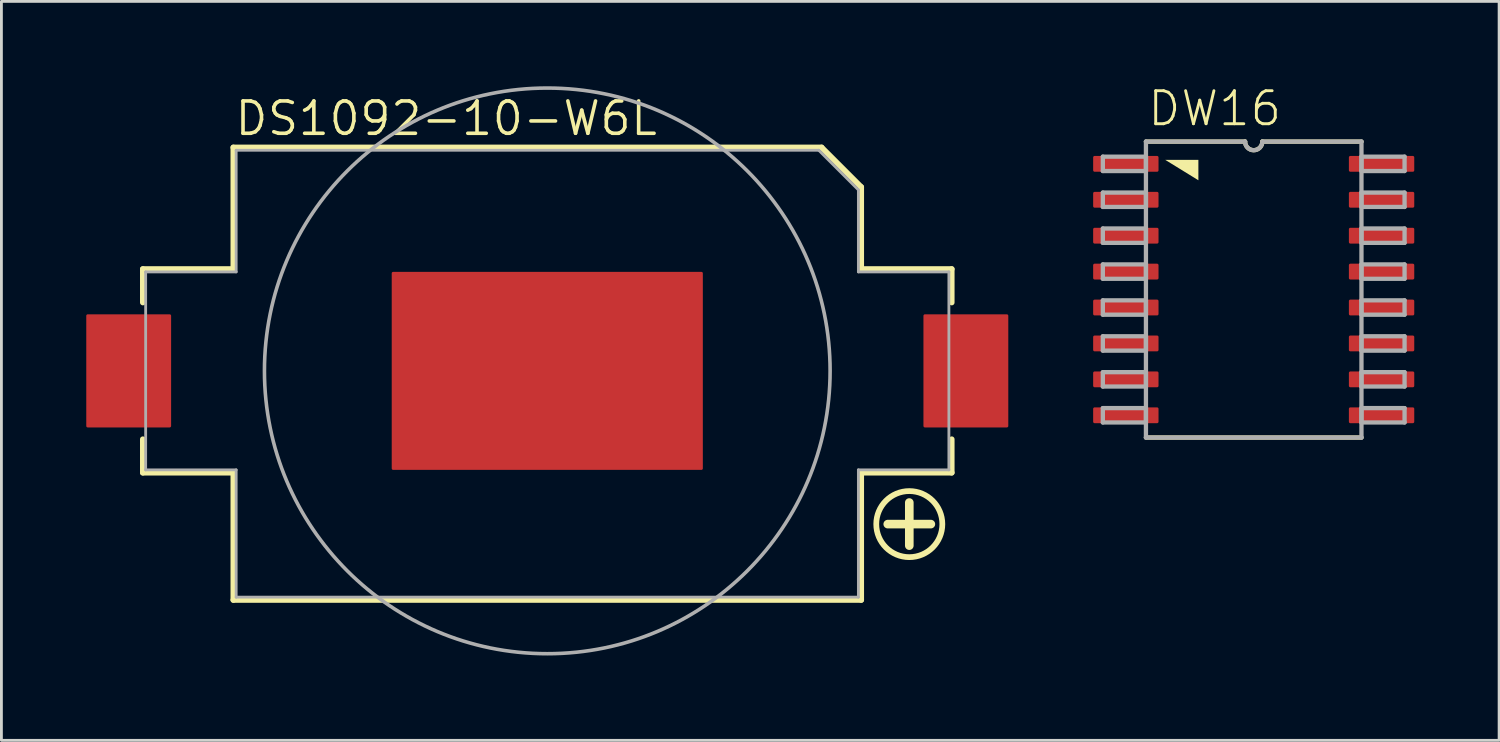
<source format=kicad_pcb>
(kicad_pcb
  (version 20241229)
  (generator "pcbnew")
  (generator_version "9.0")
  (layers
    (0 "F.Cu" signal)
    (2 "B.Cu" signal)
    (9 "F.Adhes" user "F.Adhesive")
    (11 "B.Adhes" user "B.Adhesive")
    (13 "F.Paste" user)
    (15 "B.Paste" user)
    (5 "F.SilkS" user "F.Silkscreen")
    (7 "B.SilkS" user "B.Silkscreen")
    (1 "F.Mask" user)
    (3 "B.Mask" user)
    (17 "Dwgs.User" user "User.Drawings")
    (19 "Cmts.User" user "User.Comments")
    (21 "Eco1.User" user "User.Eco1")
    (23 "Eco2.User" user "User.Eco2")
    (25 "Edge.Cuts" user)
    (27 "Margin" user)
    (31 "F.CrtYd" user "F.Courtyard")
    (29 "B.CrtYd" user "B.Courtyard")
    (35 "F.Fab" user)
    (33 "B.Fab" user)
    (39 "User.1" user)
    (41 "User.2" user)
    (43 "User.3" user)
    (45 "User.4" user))
  (footprint "DS1092-10-W6L"
    (layer "F.Cu")
    (at 16.3 10.063)
    (property "Reference" "DS1092-10-W6L" (at -11.113 -8.255 0) (layer "F.SilkS") (effects (font (size 1.143 1.143) (thickness 0.127)) (justify left bottom)))
    (fp_line (start -14.3 -3.6) (end -14.3 -2.417) (stroke (width 0.2) (type solid)) (layer "F.SilkS"))
    (fp_line (start -14.3 -3.6) (end -11.1 -3.6) (stroke (width 0.2) (type solid)) (layer "F.SilkS"))
    (fp_line (start -14.3 3.6) (end -14.3 2.417) (stroke (width 0.2) (type solid)) (layer "F.SilkS"))
    (fp_line (start -11.1 -7.9) (end 9.7 -7.9) (stroke (width 0.2) (type solid)) (layer "F.SilkS"))
    (fp_line (start -11.1 -3.6) (end -11.1 -7.9) (stroke (width 0.2) (type solid)) (layer "F.SilkS"))
    (fp_line (start -11.1 3.6) (end -14.3 3.6) (stroke (width 0.2) (type solid)) (layer "F.SilkS"))
    (fp_line (start -11.1 8.1) (end -11.1 3.6) (stroke (width 0.2) (type solid)) (layer "F.SilkS"))
    (fp_line (start 9.7 -7.9) (end 11.1 -6.5) (stroke (width 0.2) (type solid)) (layer "F.SilkS"))
    (fp_line (start 11.1 -6.5) (end 11.1 -3.6) (stroke (width 0.2) (type solid)) (layer "F.SilkS"))
    (fp_line (start 11.1 -3.6) (end 14.3 -3.6) (stroke (width 0.2) (type solid)) (layer "F.SilkS"))
    (fp_line (start 11.1 3.6) (end 11.1 8.1) (stroke (width 0.2) (type solid)) (layer "F.SilkS"))
    (fp_line (start 11.1 8.1) (end -11.1 8.1) (stroke (width 0.2) (type solid)) (layer "F.SilkS"))
    (fp_line (start 12.8 4.655) (end 12.8 6.179) (stroke (width 0.305) (type solid)) (layer "F.SilkS"))
    (fp_line (start 13.562 5.418) (end 12.038 5.418) (stroke (width 0.305) (type solid)) (layer "F.SilkS"))
    (fp_line (start 14.3 -3.6) (end 14.3 -2.417) (stroke (width 0.2) (type solid)) (layer "F.SilkS"))
    (fp_line (start 14.3 2.417) (end 14.3 3.6) (stroke (width 0.2) (type solid)) (layer "F.SilkS"))
    (fp_line (start 14.3 3.6) (end 11.1 3.6) (stroke (width 0.2) (type solid)) (layer "F.SilkS"))
    (fp_circle (center 12.8 5.418) (end 13.968 5.418) (stroke (width 0.203) (type solid)) (fill no) (layer "F.SilkS"))
    (fp_line (start -14.2 -3.5) (end -11 -3.5) (stroke (width 0.1) (type solid)) (layer "F.Fab"))
    (fp_line (start -14.2 3.5) (end -14.2 -3.5) (stroke (width 0.1) (type solid)) (layer "F.Fab"))
    (fp_line (start -14.2 3.5) (end -11 3.5) (stroke (width 0.1) (type solid)) (layer "F.Fab"))
    (fp_line (start -11 -7.8) (end 9.6 -7.8) (stroke (width 0.1) (type solid)) (layer "F.Fab"))
    (fp_line (start -11 -3.5) (end -11 -7.8) (stroke (width 0.1) (type solid)) (layer "F.Fab"))
    (fp_line (start -11 3.5) (end -11 8) (stroke (width 0.1) (type solid)) (layer "F.Fab"))
    (fp_line (start -11 8) (end 11 8) (stroke (width 0.1) (type solid)) (layer "F.Fab"))
    (fp_line (start 9.6 -7.8) (end 11 -6.4) (stroke (width 0.1) (type solid)) (layer "F.Fab"))
    (fp_line (start 11 -6.4) (end 11 -3.5) (stroke (width 0.1) (type solid)) (layer "F.Fab"))
    (fp_line (start 11 -3.5) (end 14.2 -3.5) (stroke (width 0.1) (type solid)) (layer "F.Fab"))
    (fp_line (start 11 8) (end 11 3.5) (stroke (width 0.1) (type solid)) (layer "F.Fab"))
    (fp_line (start 14.2 -3.5) (end 14.2 3.5) (stroke (width 0.1) (type solid)) (layer "F.Fab"))
    (fp_line (start 14.2 3.5) (end 11 3.5) (stroke (width 0.1) (type solid)) (layer "F.Fab"))
    (fp_circle (center 0 0) (end 10 0) (stroke (width 0.127) (type solid)) (fill no) (layer "F.Fab"))
    (pad "" smd roundrect (at 0 0) (size 11 7) (layers "F.Cu" "F.Mask" "F.Paste") (roundrect_rratio 0.007))
    (pad "+" smd roundrect (at 14.8 0) (size 3 4) (layers "F.Cu" "F.Mask" "F.Paste") (roundrect_rratio 0.017))
    (pad "-" smd roundrect (at -14.8 0) (size 3 4) (layers "F.Cu" "F.Mask" "F.Paste") (roundrect_rratio 0.017)))
  (footprint "DW16"
    (layer "F.Cu")
    (at 41.277 7.188)
    (property "Reference" "DW16" (at -3.81 -5.715 0) (layer "F.SilkS") (effects (font (size 1.168 1.168) (thickness 0.102)) (justify left bottom)))
    (fp_line (start -3.81 5.232) (end 3.81 5.232) (stroke (width 0.152) (type solid)) (layer "F.SilkS"))
    (fp_line (start -0.305 -5.232) (end -3.81 -5.232) (stroke (width 0.152) (type solid)) (layer "F.SilkS"))
    (fp_line (start 3.81 -5.232) (end 0.305 -5.232) (stroke (width 0.152) (type solid)) (layer "F.SilkS"))
    (fp_arc (start 0.3048 -5.2324) (mid 0 -4.9276) (end -0.3048 -5.2324) (stroke (width 0.1524) (type solid)) (layer "F.SilkS"))
    (fp_poly (pts (xy -1.956 -3.864) (xy -3.127 -4.585) (xy -1.956 -4.585)) (stroke (width 0) (type default)) (fill yes) (layer "F.SilkS"))
    (fp_line (start -5.334 -4.699) (end -5.334 -4.191) (stroke (width 0.152) (type solid)) (layer "F.Fab"))
    (fp_line (start -5.334 -4.191) (end -3.81 -4.191) (stroke (width 0.152) (type solid)) (layer "F.Fab"))
    (fp_line (start -5.334 -3.429) (end -5.334 -2.921) (stroke (width 0.152) (type solid)) (layer "F.Fab"))
    (fp_line (start -5.334 -2.921) (end -3.81 -2.921) (stroke (width 0.152) (type solid)) (layer "F.Fab"))
    (fp_line (start -5.334 -2.159) (end -5.334 -1.651) (stroke (width 0.152) (type solid)) (layer "F.Fab"))
    (fp_line (start -5.334 -1.651) (end -3.81 -1.651) (stroke (width 0.152) (type solid)) (layer "F.Fab"))
    (fp_line (start -5.334 -0.889) (end -5.334 -0.381) (stroke (width 0.152) (type solid)) (layer "F.Fab"))
    (fp_line (start -5.334 -0.381) (end -3.81 -0.381) (stroke (width 0.152) (type solid)) (layer "F.Fab"))
    (fp_line (start -5.334 0.381) (end -5.334 0.889) (stroke (width 0.152) (type solid)) (layer "F.Fab"))
    (fp_line (start -5.334 0.889) (end -3.81 0.889) (stroke (width 0.152) (type solid)) (layer "F.Fab"))
    (fp_line (start -5.334 1.651) (end -5.334 2.159) (stroke (width 0.152) (type solid)) (layer "F.Fab"))
    (fp_line (start -5.334 2.159) (end -3.81 2.159) (stroke (width 0.152) (type solid)) (layer "F.Fab"))
    (fp_line (start -5.334 2.921) (end -5.334 3.429) (stroke (width 0.152) (type solid)) (layer "F.Fab"))
    (fp_line (start -5.334 3.429) (end -3.81 3.429) (stroke (width 0.152) (type solid)) (layer "F.Fab"))
    (fp_line (start -5.334 4.191) (end -5.334 4.699) (stroke (width 0.152) (type solid)) (layer "F.Fab"))
    (fp_line (start -5.334 4.699) (end -3.81 4.699) (stroke (width 0.152) (type solid)) (layer "F.Fab"))
    (fp_line (start -3.81 -5.232) (end -3.81 5.232) (stroke (width 0.152) (type solid)) (layer "F.Fab"))
    (fp_line (start -3.81 -4.699) (end -5.334 -4.699) (stroke (width 0.152) (type solid)) (layer "F.Fab"))
    (fp_line (start -3.81 -4.191) (end -3.81 -4.699) (stroke (width 0.152) (type solid)) (layer "F.Fab"))
    (fp_line (start -3.81 -3.429) (end -5.334 -3.429) (stroke (width 0.152) (type solid)) (layer "F.Fab"))
    (fp_line (start -3.81 -2.921) (end -3.81 -3.429) (stroke (width 0.152) (type solid)) (layer "F.Fab"))
    (fp_line (start -3.81 -2.159) (end -5.334 -2.159) (stroke (width 0.152) (type solid)) (layer "F.Fab"))
    (fp_line (start -3.81 -1.651) (end -3.81 -2.159) (stroke (width 0.152) (type solid)) (layer "F.Fab"))
    (fp_line (start -3.81 -0.889) (end -5.334 -0.889) (stroke (width 0.152) (type solid)) (layer "F.Fab"))
    (fp_line (start -3.81 -0.381) (end -3.81 -0.889) (stroke (width 0.152) (type solid)) (layer "F.Fab"))
    (fp_line (start -3.81 0.381) (end -5.334 0.381) (stroke (width 0.152) (type solid)) (layer "F.Fab"))
    (fp_line (start -3.81 0.889) (end -3.81 0.381) (stroke (width 0.152) (type solid)) (layer "F.Fab"))
    (fp_line (start -3.81 1.651) (end -5.334 1.651) (stroke (width 0.152) (type solid)) (layer "F.Fab"))
    (fp_line (start -3.81 2.159) (end -3.81 1.651) (stroke (width 0.152) (type solid)) (layer "F.Fab"))
    (fp_line (start -3.81 2.921) (end -5.334 2.921) (stroke (width 0.152) (type solid)) (layer "F.Fab"))
    (fp_line (start -3.81 3.429) (end -3.81 2.921) (stroke (width 0.152) (type solid)) (layer "F.Fab"))
    (fp_line (start -3.81 4.191) (end -5.334 4.191) (stroke (width 0.152) (type solid)) (layer "F.Fab"))
    (fp_line (start -3.81 4.699) (end -3.81 4.191) (stroke (width 0.152) (type solid)) (layer "F.Fab"))
    (fp_line (start -3.81 5.232) (end 3.81 5.232) (stroke (width 0.152) (type solid)) (layer "F.Fab"))
    (fp_line (start -0.305 -5.232) (end -3.81 -5.232) (stroke (width 0.152) (type solid)) (layer "F.Fab"))
    (fp_line (start 3.81 -5.232) (end 0.305 -5.232) (stroke (width 0.152) (type solid)) (layer "F.Fab"))
    (fp_line (start 3.81 -4.699) (end 3.81 -4.191) (stroke (width 0.152) (type solid)) (layer "F.Fab"))
    (fp_line (start 3.81 -4.191) (end 5.334 -4.191) (stroke (width 0.152) (type solid)) (layer "F.Fab"))
    (fp_line (start 3.81 -3.429) (end 3.81 -2.921) (stroke (width 0.152) (type solid)) (layer "F.Fab"))
    (fp_line (start 3.81 -2.921) (end 5.334 -2.921) (stroke (width 0.152) (type solid)) (layer "F.Fab"))
    (fp_line (start 3.81 -2.159) (end 3.81 -1.651) (stroke (width 0.152) (type solid)) (layer "F.Fab"))
    (fp_line (start 3.81 -1.651) (end 5.334 -1.651) (stroke (width 0.152) (type solid)) (layer "F.Fab"))
    (fp_line (start 3.81 -0.889) (end 3.81 -0.381) (stroke (width 0.152) (type solid)) (layer "F.Fab"))
    (fp_line (start 3.81 -0.381) (end 5.334 -0.381) (stroke (width 0.152) (type solid)) (layer "F.Fab"))
    (fp_line (start 3.81 0.381) (end 3.81 0.889) (stroke (width 0.152) (type solid)) (layer "F.Fab"))
    (fp_line (start 3.81 0.889) (end 5.334 0.889) (stroke (width 0.152) (type solid)) (layer "F.Fab"))
    (fp_line (start 3.81 1.651) (end 3.81 2.159) (stroke (width 0.152) (type solid)) (layer "F.Fab"))
    (fp_line (start 3.81 2.159) (end 5.334 2.159) (stroke (width 0.152) (type solid)) (layer "F.Fab"))
    (fp_line (start 3.81 2.921) (end 3.81 3.429) (stroke (width 0.152) (type solid)) (layer "F.Fab"))
    (fp_line (start 3.81 3.429) (end 5.334 3.429) (stroke (width 0.152) (type solid)) (layer "F.Fab"))
    (fp_line (start 3.81 4.191) (end 3.81 4.699) (stroke (width 0.152) (type solid)) (layer "F.Fab"))
    (fp_line (start 3.81 4.699) (end 5.334 4.699) (stroke (width 0.152) (type solid)) (layer "F.Fab"))
    (fp_line (start 3.81 5.232) (end 3.81 -5.232) (stroke (width 0.152) (type solid)) (layer "F.Fab"))
    (fp_line (start 5.334 -4.699) (end 3.81 -4.699) (stroke (width 0.152) (type solid)) (layer "F.Fab"))
    (fp_line (start 5.334 -4.191) (end 5.334 -4.699) (stroke (width 0.152) (type solid)) (layer "F.Fab"))
    (fp_line (start 5.334 -3.429) (end 3.81 -3.429) (stroke (width 0.152) (type solid)) (layer "F.Fab"))
    (fp_line (start 5.334 -2.921) (end 5.334 -3.429) (stroke (width 0.152) (type solid)) (layer "F.Fab"))
    (fp_line (start 5.334 -2.159) (end 3.81 -2.159) (stroke (width 0.152) (type solid)) (layer "F.Fab"))
    (fp_line (start 5.334 -1.651) (end 5.334 -2.159) (stroke (width 0.152) (type solid)) (layer "F.Fab"))
    (fp_line (start 5.334 -0.889) (end 3.81 -0.889) (stroke (width 0.152) (type solid)) (layer "F.Fab"))
    (fp_line (start 5.334 -0.381) (end 5.334 -0.889) (stroke (width 0.152) (type solid)) (layer "F.Fab"))
    (fp_line (start 5.334 0.381) (end 3.81 0.381) (stroke (width 0.152) (type solid)) (layer "F.Fab"))
    (fp_line (start 5.334 0.889) (end 5.334 0.381) (stroke (width 0.152) (type solid)) (layer "F.Fab"))
    (fp_line (start 5.334 1.651) (end 3.81 1.651) (stroke (width 0.152) (type solid)) (layer "F.Fab"))
    (fp_line (start 5.334 2.159) (end 5.334 1.651) (stroke (width 0.152) (type solid)) (layer "F.Fab"))
    (fp_line (start 5.334 2.921) (end 3.81 2.921) (stroke (width 0.152) (type solid)) (layer "F.Fab"))
    (fp_line (start 5.334 3.429) (end 5.334 2.921) (stroke (width 0.152) (type solid)) (layer "F.Fab"))
    (fp_line (start 5.334 4.191) (end 3.81 4.191) (stroke (width 0.152) (type solid)) (layer "F.Fab"))
    (fp_line (start 5.334 4.699) (end 5.334 4.191) (stroke (width 0.152) (type solid)) (layer "F.Fab"))
    (fp_arc (start 0.3048 -5.2324) (mid 0 -4.9276) (end -0.3048 -5.2324) (stroke (width 0.1524) (type solid)) (layer "F.Fab"))
    (pad "1" smd roundrect (at -4.521 -4.445) (size 2.311 0.559) (layers "F.Cu" "F.Mask" "F.Paste") (roundrect_rratio 0.091))
    (pad "2" smd roundrect (at -4.521 -3.175) (size 2.311 0.559) (layers "F.Cu" "F.Mask" "F.Paste") (roundrect_rratio 0.091))
    (pad "3" smd roundrect (at -4.521 -1.905) (size 2.311 0.559) (layers "F.Cu" "F.Mask" "F.Paste") (roundrect_rratio 0.091))
    (pad "4" smd roundrect (at -4.521 -0.635) (size 2.311 0.559) (layers "F.Cu" "F.Mask" "F.Paste") (roundrect_rratio 0.091))
    (pad "5" smd roundrect (at -4.521 0.635) (size 2.311 0.559) (layers "F.Cu" "F.Mask" "F.Paste") (roundrect_rratio 0.091))
    (pad "6" smd roundrect (at -4.521 1.905) (size 2.311 0.559) (layers "F.Cu" "F.Mask" "F.Paste") (roundrect_rratio 0.091))
    (pad "7" smd roundrect (at -4.521 3.175) (size 2.311 0.559) (layers "F.Cu" "F.Mask" "F.Paste") (roundrect_rratio 0.091))
    (pad "8" smd roundrect (at -4.521 4.445) (size 2.311 0.559) (layers "F.Cu" "F.Mask" "F.Paste") (roundrect_rratio 0.091))
    (pad "9" smd roundrect (at 4.521 4.445) (size 2.311 0.559) (layers "F.Cu" "F.Mask" "F.Paste") (roundrect_rratio 0.091))
    (pad "10" smd roundrect (at 4.521 3.175) (size 2.311 0.559) (layers "F.Cu" "F.Mask" "F.Paste") (roundrect_rratio 0.091))
    (pad "11" smd roundrect (at 4.521 1.905) (size 2.311 0.559) (layers "F.Cu" "F.Mask" "F.Paste") (roundrect_rratio 0.091))
    (pad "12" smd roundrect (at 4.521 0.635) (size 2.311 0.559) (layers "F.Cu" "F.Mask" "F.Paste") (roundrect_rratio 0.091))
    (pad "13" smd roundrect (at 4.521 -0.635) (size 2.311 0.559) (layers "F.Cu" "F.Mask" "F.Paste") (roundrect_rratio 0.091))
    (pad "14" smd roundrect (at 4.521 -1.905) (size 2.311 0.559) (layers "F.Cu" "F.Mask" "F.Paste") (roundrect_rratio 0.091))
    (pad "15" smd roundrect (at 4.521 -3.175) (size 2.311 0.559) (layers "F.Cu" "F.Mask" "F.Paste") (roundrect_rratio 0.091))
    (pad "16" smd roundrect (at 4.521 -4.445) (size 2.311 0.559) (layers "F.Cu" "F.Mask" "F.Paste") (roundrect_rratio 0.091)))
  (gr_rect
    (start -3 -3)
    (end 49.954 23.127)
    (stroke (width 0.1) (type default))
    (fill no)
    (layer "Edge.Cuts")))
</source>
